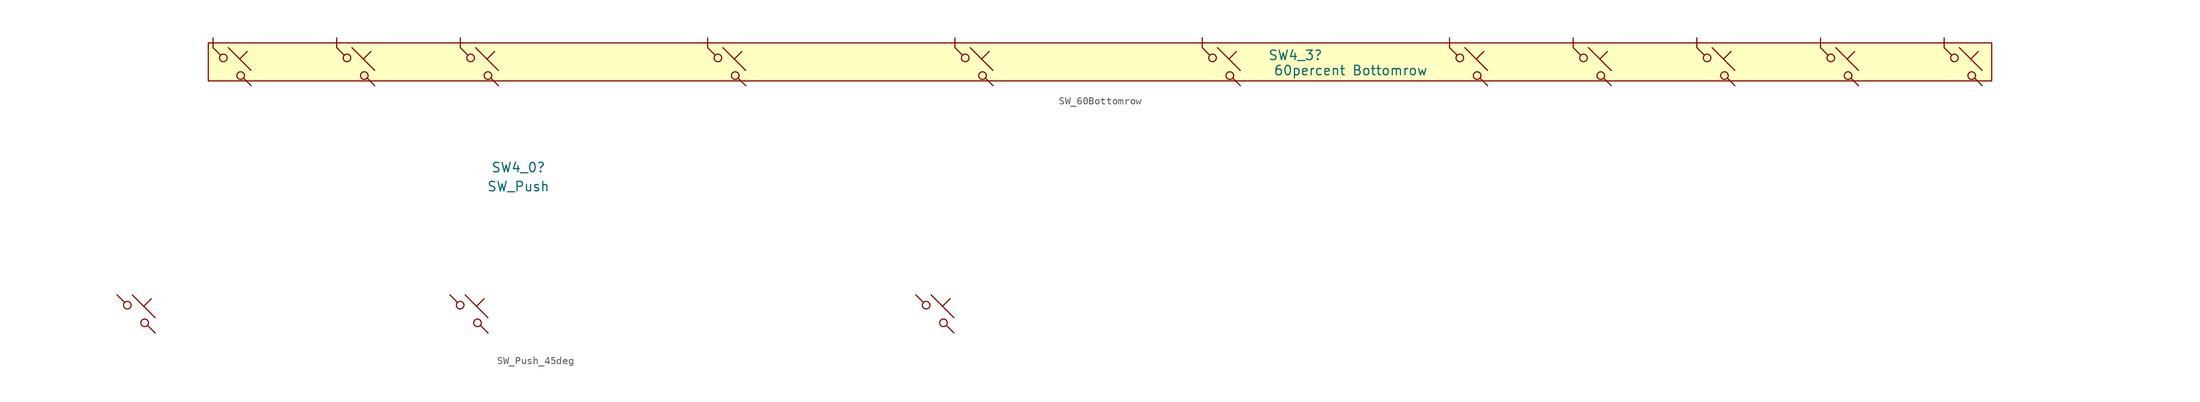
<source format=kicad_sym>
(kicad_symbol_lib
  (version 20231120)
  (generator "kicad_symbol_editor")
  (generator_version "8.0")
  (symbol "SW_60Bottomrow"
    (pin_numbers hide)
    (pin_names
      (offset 1.016) hide)
    (property "Reference" "SW4_3"
      (at 9.906 1.524 0)
      (effects (font (size 1.27 1.27))))
    (property "Value" "60percent Bottomrow"
      (at 17.272 -0.508 0)
      (effects (font (size 1.27 1.27))))
    (symbol "SW_60Bottomrow_0_1"
      (circle (center -133.248 1.168) (radius 0.508) (stroke (width 0) (type default)) (fill (type none)))
      (circle (center -130.937 -1.194) (radius 0.508) (stroke (width 0) (type default)) (fill (type none)))
      (circle (center -116.738 1.168) (radius 0.508) (stroke (width 0) (type default)) (fill (type none)))
      (circle (center -114.427 -1.194) (radius 0.508) (stroke (width 0) (type default)) (fill (type none)))
      (circle (center -100.228 1.168) (radius 0.508) (stroke (width 0) (type default)) (fill (type none)))
      (circle (center -97.917 -1.194) (radius 0.508) (stroke (width 0) (type default)) (fill (type none)))
      (circle (center -67.208 1.168) (radius 0.508) (stroke (width 0) (type default)) (fill (type none)))
      (circle (center -64.897 -1.194) (radius 0.508) (stroke (width 0) (type default)) (fill (type none)))
      (circle (center -34.188 1.168) (radius 0.508) (stroke (width 0) (type default)) (fill (type none)))
      (circle (center -31.877 -1.194) (radius 0.508) (stroke (width 0) (type default)) (fill (type none)))
      (circle (center -1.168 1.168) (radius 0.508) (stroke (width 0) (type default)) (fill (type none)))
      (polyline (pts (xy -132.588 2.54) (xy -129.54 -0.508)) (stroke (width 0) (type default)) (fill (type none)))
      (polyline (pts (xy -131.064 1.016) (xy -130.048 2.032)) (stroke (width 0) (type default)) (fill (type none)))
      (polyline (pts (xy -116.078 2.54) (xy -113.03 -0.508)) (stroke (width 0) (type default)) (fill (type none)))
      (polyline (pts (xy -114.554 1.016) (xy -113.538 2.032)) (stroke (width 0) (type default)) (fill (type none)))
      (polyline (pts (xy -99.568 2.54) (xy -96.52 -0.508)) (stroke (width 0) (type default)) (fill (type none)))
      (polyline (pts (xy -98.044 1.016) (xy -97.028 2.032)) (stroke (width 0) (type default)) (fill (type none)))
      (polyline (pts (xy -66.548 2.54) (xy -63.5 -0.508)) (stroke (width 0) (type default)) (fill (type none)))
      (polyline (pts (xy -65.024 1.016) (xy -64.008 2.032)) (stroke (width 0) (type default)) (fill (type none)))
      (polyline (pts (xy -33.528 2.54) (xy -30.48 -0.508)) (stroke (width 0) (type default)) (fill (type none)))
      (polyline (pts (xy -32.004 1.016) (xy -30.988 2.032)) (stroke (width 0) (type default)) (fill (type none)))
      (polyline (pts (xy -0.508 2.54) (xy 2.54 -0.508)) (stroke (width 0) (type default)) (fill (type none)))
      (polyline (pts (xy 1.016 1.016) (xy 2.032 2.032)) (stroke (width 0) (type default)) (fill (type none)))
      (polyline (pts (xy 32.512 2.54) (xy 35.56 -0.508)) (stroke (width 0) (type default)) (fill (type none)))
      (polyline (pts (xy 34.036 1.016) (xy 35.052 2.032)) (stroke (width 0) (type default)) (fill (type none)))
      (polyline (pts (xy 49.022 2.54) (xy 52.07 -0.508)) (stroke (width 0) (type default)) (fill (type none)))
      (polyline (pts (xy 50.546 1.016) (xy 51.562 2.032)) (stroke (width 0) (type default)) (fill (type none)))
      (polyline (pts (xy 65.532 2.54) (xy 68.58 -0.508)) (stroke (width 0) (type default)) (fill (type none)))
      (polyline (pts (xy 67.056 1.016) (xy 68.072 2.032)) (stroke (width 0) (type default)) (fill (type none)))
      (polyline (pts (xy 82.042 2.54) (xy 85.09 -0.508)) (stroke (width 0) (type default)) (fill (type none)))
      (polyline (pts (xy 83.566 1.016) (xy 84.582 2.032)) (stroke (width 0) (type default)) (fill (type none)))
      (polyline (pts (xy 98.552 2.54) (xy 101.6 -0.508)) (stroke (width 0) (type default)) (fill (type none)))
      (polyline (pts (xy 100.076 1.016) (xy 101.092 2.032)) (stroke (width 0) (type default)) (fill (type none)))
      (polyline (pts (xy -134.62 2.54) (xy -133.604 1.524) (xy -133.604 1.524)) (stroke (width 0) (type default)) (fill (type none)))
      (polyline (pts (xy -118.11 2.54) (xy -117.094 1.524) (xy -117.094 1.524)) (stroke (width 0) (type default)) (fill (type none)))
      (polyline (pts (xy -101.6 2.54) (xy -100.584 1.524) (xy -100.584 1.524)) (stroke (width 0) (type default)) (fill (type none)))
      (polyline (pts (xy -68.58 2.54) (xy -67.564 1.524) (xy -67.564 1.524)) (stroke (width 0) (type default)) (fill (type none)))
      (polyline (pts (xy -35.56 2.54) (xy -34.544 1.524) (xy -34.544 1.524)) (stroke (width 0) (type default)) (fill (type none)))
      (polyline (pts (xy -2.54 2.54) (xy -1.524 1.524) (xy -1.524 1.524)) (stroke (width 0) (type default)) (fill (type none)))
      (polyline (pts (xy 30.48 2.54) (xy 31.496 1.524) (xy 31.496 1.524)) (stroke (width 0) (type default)) (fill (type none)))
      (polyline (pts (xy 46.99 2.54) (xy 48.006 1.524) (xy 48.006 1.524)) (stroke (width 0) (type default)) (fill (type none)))
      (polyline (pts (xy 63.5 2.54) (xy 64.516 1.524) (xy 64.516 1.524)) (stroke (width 0) (type default)) (fill (type none)))
      (polyline (pts (xy 80.01 2.54) (xy 81.026 1.524) (xy 81.026 1.524)) (stroke (width 0) (type default)) (fill (type none)))
      (polyline (pts (xy 96.52 2.54) (xy 97.536 1.524) (xy 97.536 1.524)) (stroke (width 0) (type default)) (fill (type none)))
      (polyline (pts (xy -130.556 -1.524) (xy -129.54 -2.54) (xy -129.54 -2.54) (xy -129.54 -2.54)) (stroke (width 0) (type default)) (fill (type none)))
      (polyline (pts (xy -114.046 -1.524) (xy -113.03 -2.54) (xy -113.03 -2.54) (xy -113.03 -2.54)) (stroke (width 0) (type default)) (fill (type none)))
      (polyline (pts (xy -97.536 -1.524) (xy -96.52 -2.54) (xy -96.52 -2.54) (xy -96.52 -2.54)) (stroke (width 0) (type default)) (fill (type none)))
      (polyline (pts (xy -64.516 -1.524) (xy -63.5 -2.54) (xy -63.5 -2.54) (xy -63.5 -2.54)) (stroke (width 0) (type default)) (fill (type none)))
      (polyline (pts (xy -31.496 -1.524) (xy -30.48 -2.54) (xy -30.48 -2.54) (xy -30.48 -2.54)) (stroke (width 0) (type default)) (fill (type none)))
      (polyline (pts (xy 1.524 -1.524) (xy 2.54 -2.54) (xy 2.54 -2.54) (xy 2.54 -2.54)) (stroke (width 0) (type default)) (fill (type none)))
      (polyline (pts (xy 34.544 -1.524) (xy 35.56 -2.54) (xy 35.56 -2.54) (xy 35.56 -2.54)) (stroke (width 0) (type default)) (fill (type none)))
      (polyline (pts (xy 51.054 -1.524) (xy 52.07 -2.54) (xy 52.07 -2.54) (xy 52.07 -2.54)) (stroke (width 0) (type default)) (fill (type none)))
      (polyline (pts (xy 67.564 -1.524) (xy 68.58 -2.54) (xy 68.58 -2.54) (xy 68.58 -2.54)) (stroke (width 0) (type default)) (fill (type none)))
      (polyline (pts (xy 84.074 -1.524) (xy 85.09 -2.54) (xy 85.09 -2.54) (xy 85.09 -2.54)) (stroke (width 0) (type default)) (fill (type none)))
      (polyline (pts (xy 100.584 -1.524) (xy 101.6 -2.54) (xy 101.6 -2.54) (xy 101.6 -2.54)) (stroke (width 0) (type default)) (fill (type none)))
      (circle (center 1.143 -1.194) (radius 0.508) (stroke (width 0) (type default)) (fill (type none)))
      (circle (center 31.852 1.168) (radius 0.508) (stroke (width 0) (type default)) (fill (type none)))
      (circle (center 34.163 -1.194) (radius 0.508) (stroke (width 0) (type default)) (fill (type none)))
      (circle (center 48.362 1.168) (radius 0.508) (stroke (width 0) (type default)) (fill (type none)))
      (circle (center 50.673 -1.194) (radius 0.508) (stroke (width 0) (type default)) (fill (type none)))
      (circle (center 64.872 1.168) (radius 0.508) (stroke (width 0) (type default)) (fill (type none)))
      (circle (center 67.183 -1.194) (radius 0.508) (stroke (width 0) (type default)) (fill (type none)))
      (circle (center 81.382 1.168) (radius 0.508) (stroke (width 0) (type default)) (fill (type none)))
      (circle (center 83.693 -1.194) (radius 0.508) (stroke (width 0) (type default)) (fill (type none)))
      (circle (center 97.892 1.168) (radius 0.508) (stroke (width 0) (type default)) (fill (type none)))
      (circle (center 100.203 -1.194) (radius 0.508) (stroke (width 0) (type default)) (fill (type none))))
    (symbol "SW_60Bottomrow_1_1"
      (rectangle (start -135.255 3.175) (end 102.87 -1.905) (stroke (width 0) (type solid)) (fill (type background)))
      (polyline (pts (xy -134.62 3.81) (xy -134.62 2.54)) (stroke (width 0) (type default)) (fill (type none)))
      (polyline (pts (xy -118.11 3.81) (xy -118.11 2.54)) (stroke (width 0) (type default)) (fill (type none)))
      (polyline (pts (xy -101.6 3.81) (xy -101.6 2.54)) (stroke (width 0) (type default)) (fill (type none)))
      (polyline (pts (xy -68.58 3.81) (xy -68.58 2.54)) (stroke (width 0) (type default)) (fill (type none)))
      (polyline (pts (xy -35.56 3.81) (xy -35.56 2.54)) (stroke (width 0) (type default)) (fill (type none)))
      (polyline (pts (xy -2.54 3.81) (xy -2.54 2.54)) (stroke (width 0) (type default)) (fill (type none)))
      (polyline (pts (xy 30.48 3.81) (xy 30.48 2.54)) (stroke (width 0) (type default)) (fill (type none)))
      (polyline (pts (xy 46.99 3.81) (xy 46.99 2.54)) (stroke (width 0) (type default)) (fill (type none)))
      (polyline (pts (xy 63.5 3.81) (xy 63.5 2.54)) (stroke (width 0) (type default)) (fill (type none)))
      (polyline (pts (xy 80.01 3.81) (xy 80.01 2.54)) (stroke (width 0) (type default)) (fill (type none)))
      (polyline (pts (xy 96.52 3.81) (xy 96.52 2.54)) (stroke (width 0) (type default)) (fill (type none)))
      (pin passive line (at -134.62 3.81 0) (length 0) (name "1" (effects (font (size 1.27 1.27)))) (number "1" (effects (font (size 1.27 1.27)))))
      (pin passive line (at -30.48 -2.54 180) (length 0) (name "10" (effects (font (size 1.27 1.27)))) (number "10" (effects (font (size 1.27 1.27)))))
      (pin passive line (at -2.54 3.81 0) (length 0) (name "11" (effects (font (size 1.27 1.27)))) (number "11" (effects (font (size 1.27 1.27)))))
      (pin passive line (at 2.54 -2.54 180) (length 0) (name "12" (effects (font (size 1.27 1.27)))) (number "12" (effects (font (size 1.27 1.27)))))
      (pin passive line (at 30.48 3.81 0) (length 0) (name "13" (effects (font (size 1.27 1.27)))) (number "13" (effects (font (size 1.27 1.27)))))
      (pin passive line (at 35.56 -2.54 180) (length 0) (name "14" (effects (font (size 1.27 1.27)))) (number "14" (effects (font (size 1.27 1.27)))))
      (pin passive line (at 46.99 3.81 0) (length 0) (name "15" (effects (font (size 1.27 1.27)))) (number "15" (effects (font (size 1.27 1.27)))))
      (pin passive line (at 52.07 -2.54 180) (length 0) (name "16" (effects (font (size 1.27 1.27)))) (number "16" (effects (font (size 1.27 1.27)))))
      (pin passive line (at 63.5 3.81 0) (length 0) (name "17" (effects (font (size 1.27 1.27)))) (number "17" (effects (font (size 1.27 1.27)))))
      (pin passive line (at 68.58 -2.54 180) (length 0) (name "18" (effects (font (size 1.27 1.27)))) (number "18" (effects (font (size 1.27 1.27)))))
      (pin passive line (at 80.01 3.81 0) (length 0) (name "19" (effects (font (size 1.27 1.27)))) (number "19" (effects (font (size 1.27 1.27)))))
      (pin passive line (at -129.54 -2.54 180) (length 0) (name "2" (effects (font (size 1.27 1.27)))) (number "2" (effects (font (size 1.27 1.27)))))
      (pin passive line (at 85.09 -2.54 180) (length 0) (name "20" (effects (font (size 1.27 1.27)))) (number "20" (effects (font (size 1.27 1.27)))))
      (pin passive line (at 96.52 3.81 0) (length 0) (name "21" (effects (font (size 1.27 1.27)))) (number "21" (effects (font (size 1.27 1.27)))))
      (pin passive line (at 101.6 -2.54 180) (length 0) (name "22" (effects (font (size 1.27 1.27)))) (number "22" (effects (font (size 1.27 1.27)))))
      (pin passive line (at -118.11 3.81 0) (length 0) (name "3" (effects (font (size 1.27 1.27)))) (number "3" (effects (font (size 1.27 1.27)))))
      (pin passive line (at -113.03 -2.54 180) (length 0) (name "4" (effects (font (size 1.27 1.27)))) (number "4" (effects (font (size 1.27 1.27)))))
      (pin passive line (at -101.6 3.81 0) (length 0) (name "5" (effects (font (size 1.27 1.27)))) (number "5" (effects (font (size 1.27 1.27)))))
      (pin passive line (at -96.52 -2.54 180) (length 0) (name "6" (effects (font (size 1.27 1.27)))) (number "6" (effects (font (size 1.27 1.27)))))
      (pin passive line (at -68.58 3.81 0) (length 0) (name "7" (effects (font (size 1.27 1.27)))) (number "7" (effects (font (size 1.27 1.27)))))
      (pin passive line (at -63.5 -2.54 180) (length 0) (name "8" (effects (font (size 1.27 1.27)))) (number "8" (effects (font (size 1.27 1.27)))))
      (pin passive line (at -35.56 3.81 0) (length 0) (name "9" (effects (font (size 1.27 1.27)))) (number "9" (effects (font (size 1.27 1.27)))))))
  (symbol "SW_Push_45deg"
    (pin_numbers hide)
    (pin_names
      (offset 1.016) hide)
    (property "Reference" "SW4_0"
      (at 6.604 19.558 0)
      (effects (font (size 1.27 1.27))))
    (property "Value" "SW_Push"
      (at 6.604 17.018 0)
      (effects (font (size 1.27 1.27))))
    (symbol "SW_Push_45deg_0_1"
      (circle (center -45.618 1.168) (radius 0.508) (stroke (width 0) (type default)) (fill (type none)))
      (circle (center -43.307 -1.194) (radius 0.508) (stroke (width 0) (type default)) (fill (type none)))
      (circle (center -1.168 1.168) (radius 0.508) (stroke (width 0) (type default)) (fill (type none)))
      (polyline (pts (xy -44.958 2.54) (xy -41.91 -0.508)) (stroke (width 0) (type default)) (fill (type none)))
      (polyline (pts (xy -43.434 1.016) (xy -42.418 2.032)) (stroke (width 0) (type default)) (fill (type none)))
      (polyline (pts (xy -0.508 2.54) (xy 2.54 -0.508)) (stroke (width 0) (type default)) (fill (type none)))
      (polyline (pts (xy 1.016 1.016) (xy 2.032 2.032)) (stroke (width 0) (type default)) (fill (type none)))
      (polyline (pts (xy 61.722 2.54) (xy 64.77 -0.508)) (stroke (width 0) (type default)) (fill (type none)))
      (polyline (pts (xy 63.246 1.016) (xy 64.262 2.032)) (stroke (width 0) (type default)) (fill (type none)))
      (polyline (pts (xy -46.99 2.54) (xy -45.974 1.524) (xy -45.974 1.524)) (stroke (width 0) (type default)) (fill (type none)))
      (polyline (pts (xy -2.54 2.54) (xy -1.524 1.524) (xy -1.524 1.524)) (stroke (width 0) (type default)) (fill (type none)))
      (polyline (pts (xy 59.69 2.54) (xy 60.706 1.524) (xy 60.706 1.524)) (stroke (width 0) (type default)) (fill (type none)))
      (polyline (pts (xy -42.926 -1.524) (xy -41.91 -2.54) (xy -41.91 -2.54) (xy -41.91 -2.54)) (stroke (width 0) (type default)) (fill (type none)))
      (polyline (pts (xy 1.524 -1.524) (xy 2.54 -2.54) (xy 2.54 -2.54) (xy 2.54 -2.54)) (stroke (width 0) (type default)) (fill (type none)))
      (polyline (pts (xy 63.754 -1.524) (xy 64.77 -2.54) (xy 64.77 -2.54) (xy 64.77 -2.54)) (stroke (width 0) (type default)) (fill (type none)))
      (circle (center 1.143 -1.194) (radius 0.508) (stroke (width 0) (type default)) (fill (type none)))
      (circle (center 61.062 1.168) (radius 0.508) (stroke (width 0) (type default)) (fill (type none)))
      (circle (center 63.373 -1.194) (radius 0.508) (stroke (width 0) (type default)) (fill (type none)))
      (pin passive line (at -46.99 2.54 0) (length 0) (name "1" (effects (font (size 1.27 1.27)))) (number "1" (effects (font (size 1.27 1.27)))))
      (pin passive line (at -2.54 2.54 0) (length 0) (name "1" (effects (font (size 1.27 1.27)))) (number "1" (effects (font (size 1.27 1.27)))))
      (pin passive line (at 59.69 2.54 0) (length 0) (name "1" (effects (font (size 1.27 1.27)))) (number "1" (effects (font (size 1.27 1.27)))))
      (pin passive line (at -41.91 -2.54 180) (length 0) (name "2" (effects (font (size 1.27 1.27)))) (number "2" (effects (font (size 1.27 1.27)))))
      (pin passive line (at 2.54 -2.54 180) (length 0) (name "2" (effects (font (size 1.27 1.27)))) (number "2" (effects (font (size 1.27 1.27)))))
      (pin passive line (at 64.77 -2.54 180) (length 0) (name "2" (effects (font (size 1.27 1.27)))) (number "2" (effects (font (size 1.27 1.27))))))))
</source>
